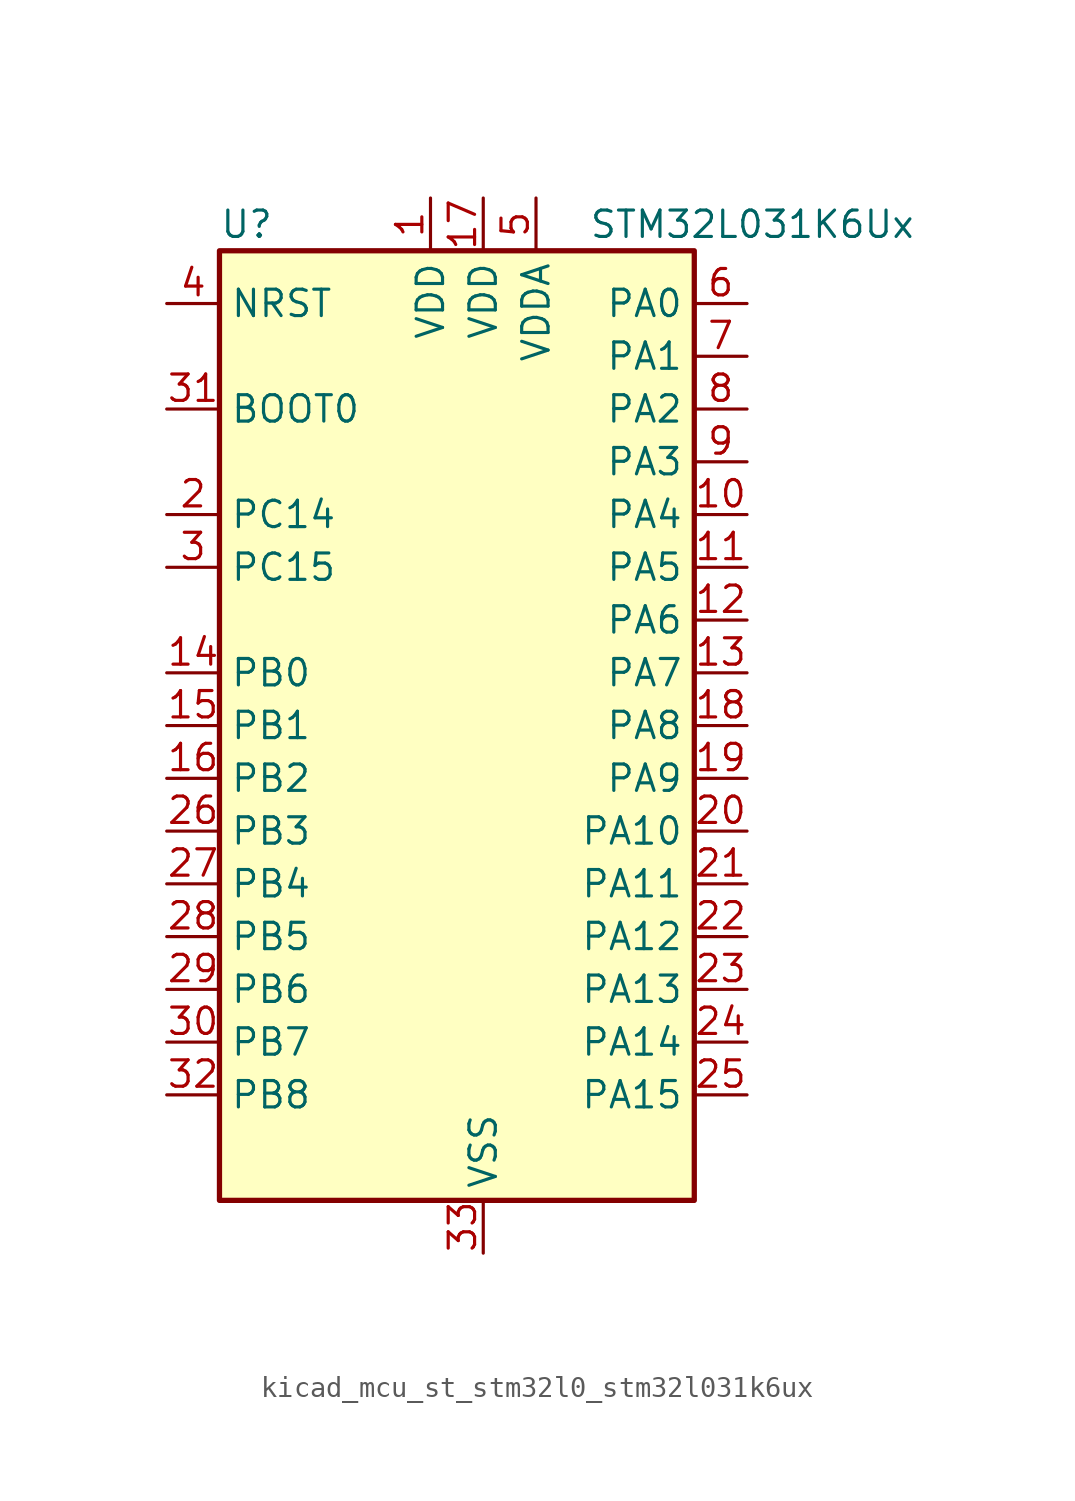
<source format=kicad_sym>
(kicad_symbol_lib
  (version 20220914)
  (generator kicad_symbol_editor)
  (symbol "kicad_mcu_st_stm32l0_stm32l031k6ux"
    (property "Reference" "U"
      (at -10.16 24.13 0)
      (effects (font (size 1.27 1.27)) (justify left)))
    (property "Value" "STM32L031K6Ux"
      (at 7.62 24.13 0)
      (effects (font (size 1.27 1.27)) (justify left)))
    (property "ki_locked" ""
      (at 0 0 0)
      (effects (font (size 1.27 1.27))))
    (symbol "kicad_mcu_st_stm32l0_stm32l031k6ux_0_1"
      (rectangle (start -10.16 -22.86) (end 12.7 22.86) (stroke (width 0.254) (type default)) (fill (type background))))
    (symbol "kicad_mcu_st_stm32l0_stm32l031k6ux_1_1"
      (pin power_in line (at 0 25.4 270) (length 2.54) (name "VDD" (effects (font (size 1.27 1.27)))) (number "1" (effects (font (size 1.27 1.27)))))
      (pin bidirectional line (at 15.24 10.16 180) (length 2.54) (name "PA4" (effects (font (size 1.27 1.27)))) (number "10" (effects (font (size 1.27 1.27)))) (alternate "ADC_IN4" bidirectional line) (alternate "COMP1_INM" bidirectional line) (alternate "COMP2_INM" bidirectional line) (alternate "LPTIM1_IN1" bidirectional line) (alternate "SPI1_NSS" bidirectional line) (alternate "TIM22_ETR" bidirectional line) (alternate "USART2_CK" bidirectional line))
      (pin bidirectional line (at 15.24 7.62 180) (length 2.54) (name "PA5" (effects (font (size 1.27 1.27)))) (number "11" (effects (font (size 1.27 1.27)))) (alternate "ADC_IN5" bidirectional line) (alternate "COMP1_INM" bidirectional line) (alternate "COMP2_INM" bidirectional line) (alternate "LPTIM1_IN2" bidirectional line) (alternate "SPI1_SCK" bidirectional line) (alternate "TIM2_CH1" bidirectional line) (alternate "TIM2_ETR" bidirectional line))
      (pin bidirectional line (at 15.24 5.08 180) (length 2.54) (name "PA6" (effects (font (size 1.27 1.27)))) (number "12" (effects (font (size 1.27 1.27)))) (alternate "ADC_IN6" bidirectional line) (alternate "COMP1_OUT" bidirectional line) (alternate "LPTIM1_ETR" bidirectional line) (alternate "LPUART1_CTS" bidirectional line) (alternate "SPI1_MISO" bidirectional line) (alternate "TIM22_CH1" bidirectional line))
      (pin bidirectional line (at 15.24 2.54 180) (length 2.54) (name "PA7" (effects (font (size 1.27 1.27)))) (number "13" (effects (font (size 1.27 1.27)))) (alternate "ADC_IN7" bidirectional line) (alternate "COMP2_OUT" bidirectional line) (alternate "LPTIM1_OUT" bidirectional line) (alternate "SPI1_MOSI" bidirectional line) (alternate "TIM22_CH2" bidirectional line) (alternate "USART2_CTS" bidirectional line))
      (pin bidirectional line (at -12.7 2.54 0) (length 2.54) (name "PB0" (effects (font (size 1.27 1.27)))) (number "14" (effects (font (size 1.27 1.27)))) (alternate "ADC_IN8" bidirectional line) (alternate "SPI1_MISO" bidirectional line) (alternate "SYS_VREF_OUT_PB0" bidirectional line) (alternate "TIM2_CH3" bidirectional line) (alternate "USART2_DE" bidirectional line) (alternate "USART2_RTS" bidirectional line))
      (pin bidirectional line (at -12.7 0 0) (length 2.54) (name "PB1" (effects (font (size 1.27 1.27)))) (number "15" (effects (font (size 1.27 1.27)))) (alternate "ADC_IN9" bidirectional line) (alternate "LPUART1_DE" bidirectional line) (alternate "LPUART1_RTS" bidirectional line) (alternate "SPI1_MOSI" bidirectional line) (alternate "SYS_VREF_OUT_PB1" bidirectional line) (alternate "TIM2_CH4" bidirectional line) (alternate "USART2_CK" bidirectional line))
      (pin bidirectional line (at -12.7 -2.54 0) (length 2.54) (name "PB2" (effects (font (size 1.27 1.27)))) (number "16" (effects (font (size 1.27 1.27)))) (alternate "LPTIM1_OUT" bidirectional line))
      (pin power_in line (at 2.54 25.4 270) (length 2.54) (name "VDD" (effects (font (size 1.27 1.27)))) (number "17" (effects (font (size 1.27 1.27)))))
      (pin bidirectional line (at 15.24 0 180) (length 2.54) (name "PA8" (effects (font (size 1.27 1.27)))) (number "18" (effects (font (size 1.27 1.27)))) (alternate "LPTIM1_IN1" bidirectional line) (alternate "RCC_MCO" bidirectional line) (alternate "TIM2_CH1" bidirectional line) (alternate "USART2_CK" bidirectional line))
      (pin bidirectional line (at 15.24 -2.54 180) (length 2.54) (name "PA9" (effects (font (size 1.27 1.27)))) (number "19" (effects (font (size 1.27 1.27)))) (alternate "I2C1_SCL" bidirectional line) (alternate "RCC_MCO" bidirectional line) (alternate "TIM22_CH1" bidirectional line) (alternate "USART2_TX" bidirectional line))
      (pin bidirectional line (at -12.7 10.16 0) (length 2.54) (name "PC14" (effects (font (size 1.27 1.27)))) (number "2" (effects (font (size 1.27 1.27)))) (alternate "RCC_OSC32_IN" bidirectional line))
      (pin bidirectional line (at 15.24 -5.08 180) (length 2.54) (name "PA10" (effects (font (size 1.27 1.27)))) (number "20" (effects (font (size 1.27 1.27)))) (alternate "I2C1_SDA" bidirectional line) (alternate "TIM22_CH2" bidirectional line) (alternate "USART2_RX" bidirectional line))
      (pin bidirectional line (at 15.24 -7.62 180) (length 2.54) (name "PA11" (effects (font (size 1.27 1.27)))) (number "21" (effects (font (size 1.27 1.27)))) (alternate "ADC_EXTI11" bidirectional line) (alternate "COMP1_OUT" bidirectional line) (alternate "SPI1_MISO" bidirectional line) (alternate "TIM21_CH2" bidirectional line) (alternate "USART2_CTS" bidirectional line))
      (pin bidirectional line (at 15.24 -10.16 180) (length 2.54) (name "PA12" (effects (font (size 1.27 1.27)))) (number "22" (effects (font (size 1.27 1.27)))) (alternate "COMP2_OUT" bidirectional line) (alternate "SPI1_MOSI" bidirectional line) (alternate "USART2_DE" bidirectional line) (alternate "USART2_RTS" bidirectional line))
      (pin bidirectional line (at 15.24 -12.7 180) (length 2.54) (name "PA13" (effects (font (size 1.27 1.27)))) (number "23" (effects (font (size 1.27 1.27)))) (alternate "LPTIM1_ETR" bidirectional line) (alternate "LPUART1_RX" bidirectional line) (alternate "SYS_SWDIO" bidirectional line))
      (pin bidirectional line (at 15.24 -15.24 180) (length 2.54) (name "PA14" (effects (font (size 1.27 1.27)))) (number "24" (effects (font (size 1.27 1.27)))) (alternate "I2C1_SMBA" bidirectional line) (alternate "LPTIM1_OUT" bidirectional line) (alternate "LPUART1_TX" bidirectional line) (alternate "SYS_SWCLK" bidirectional line) (alternate "USART2_TX" bidirectional line))
      (pin bidirectional line (at 15.24 -17.78 180) (length 2.54) (name "PA15" (effects (font (size 1.27 1.27)))) (number "25" (effects (font (size 1.27 1.27)))) (alternate "SPI1_NSS" bidirectional line) (alternate "TIM2_CH1" bidirectional line) (alternate "TIM2_ETR" bidirectional line) (alternate "USART2_RX" bidirectional line))
      (pin bidirectional line (at -12.7 -5.08 0) (length 2.54) (name "PB3" (effects (font (size 1.27 1.27)))) (number "26" (effects (font (size 1.27 1.27)))) (alternate "COMP2_INM" bidirectional line) (alternate "SPI1_SCK" bidirectional line) (alternate "TIM2_CH2" bidirectional line))
      (pin bidirectional line (at -12.7 -7.62 0) (length 2.54) (name "PB4" (effects (font (size 1.27 1.27)))) (number "27" (effects (font (size 1.27 1.27)))) (alternate "COMP2_INP" bidirectional line) (alternate "SPI1_MISO" bidirectional line) (alternate "TIM22_CH1" bidirectional line))
      (pin bidirectional line (at -12.7 -10.16 0) (length 2.54) (name "PB5" (effects (font (size 1.27 1.27)))) (number "28" (effects (font (size 1.27 1.27)))) (alternate "COMP2_INP" bidirectional line) (alternate "I2C1_SMBA" bidirectional line) (alternate "LPTIM1_IN1" bidirectional line) (alternate "SPI1_MOSI" bidirectional line) (alternate "TIM22_CH2" bidirectional line))
      (pin bidirectional line (at -12.7 -12.7 0) (length 2.54) (name "PB6" (effects (font (size 1.27 1.27)))) (number "29" (effects (font (size 1.27 1.27)))) (alternate "COMP2_INP" bidirectional line) (alternate "I2C1_SCL" bidirectional line) (alternate "LPTIM1_ETR" bidirectional line) (alternate "TIM21_CH1" bidirectional line) (alternate "USART2_TX" bidirectional line))
      (pin bidirectional line (at -12.7 7.62 0) (length 2.54) (name "PC15" (effects (font (size 1.27 1.27)))) (number "3" (effects (font (size 1.27 1.27)))) (alternate "RCC_OSC32_OUT" bidirectional line))
      (pin bidirectional line (at -12.7 -15.24 0) (length 2.54) (name "PB7" (effects (font (size 1.27 1.27)))) (number "30" (effects (font (size 1.27 1.27)))) (alternate "COMP2_INP" bidirectional line) (alternate "I2C1_SDA" bidirectional line) (alternate "LPTIM1_IN2" bidirectional line) (alternate "SYS_PVD_IN" bidirectional line) (alternate "USART2_RX" bidirectional line))
      (pin input line (at -12.7 15.24 0) (length 2.54) (name "BOOT0" (effects (font (size 1.27 1.27)))) (number "31" (effects (font (size 1.27 1.27)))))
      (pin bidirectional line (at -12.7 -17.78 0) (length 2.54) (name "PB8" (effects (font (size 1.27 1.27)))) (number "32" (effects (font (size 1.27 1.27)))) (alternate "I2C1_SCL" bidirectional line))
      (pin power_in line (at 2.54 -25.4 90) (length 2.54) (name "VSS" (effects (font (size 1.27 1.27)))) (number "33" (effects (font (size 1.27 1.27)))))
      (pin input line (at -12.7 20.32 0) (length 2.54) (name "NRST" (effects (font (size 1.27 1.27)))) (number "4" (effects (font (size 1.27 1.27)))))
      (pin power_in line (at 5.08 25.4 270) (length 2.54) (name "VDDA" (effects (font (size 1.27 1.27)))) (number "5" (effects (font (size 1.27 1.27)))))
      (pin bidirectional line (at 15.24 20.32 180) (length 2.54) (name "PA0" (effects (font (size 1.27 1.27)))) (number "6" (effects (font (size 1.27 1.27)))) (alternate "ADC_IN0" bidirectional line) (alternate "COMP1_INM" bidirectional line) (alternate "COMP1_OUT" bidirectional line) (alternate "LPTIM1_IN1" bidirectional line) (alternate "RCC_CK_IN" bidirectional line) (alternate "RTC_TAMP2" bidirectional line) (alternate "SYS_WKUP1" bidirectional line) (alternate "TIM2_CH1" bidirectional line) (alternate "TIM2_ETR" bidirectional line) (alternate "USART2_CTS" bidirectional line))
      (pin bidirectional line (at 15.24 17.78 180) (length 2.54) (name "PA1" (effects (font (size 1.27 1.27)))) (number "7" (effects (font (size 1.27 1.27)))) (alternate "ADC_IN1" bidirectional line) (alternate "COMP1_INP" bidirectional line) (alternate "I2C1_SMBA" bidirectional line) (alternate "LPTIM1_IN2" bidirectional line) (alternate "TIM21_ETR" bidirectional line) (alternate "TIM2_CH2" bidirectional line) (alternate "USART2_DE" bidirectional line) (alternate "USART2_RTS" bidirectional line))
      (pin bidirectional line (at 15.24 15.24 180) (length 2.54) (name "PA2" (effects (font (size 1.27 1.27)))) (number "8" (effects (font (size 1.27 1.27)))) (alternate "ADC_IN2" bidirectional line) (alternate "COMP2_INM" bidirectional line) (alternate "COMP2_OUT" bidirectional line) (alternate "LPUART1_TX" bidirectional line) (alternate "RTC_OUT_ALARM" bidirectional line) (alternate "RTC_OUT_CALIB" bidirectional line) (alternate "RTC_TAMP3" bidirectional line) (alternate "RTC_TS" bidirectional line) (alternate "SYS_WKUP3" bidirectional line) (alternate "TIM21_CH1" bidirectional line) (alternate "TIM2_CH3" bidirectional line) (alternate "USART2_TX" bidirectional line))
      (pin bidirectional line (at 15.24 12.7 180) (length 2.54) (name "PA3" (effects (font (size 1.27 1.27)))) (number "9" (effects (font (size 1.27 1.27)))) (alternate "ADC_IN3" bidirectional line) (alternate "COMP2_INP" bidirectional line) (alternate "LPUART1_RX" bidirectional line) (alternate "TIM21_CH2" bidirectional line) (alternate "TIM2_CH4" bidirectional line) (alternate "USART2_RX" bidirectional line)))))
</source>
